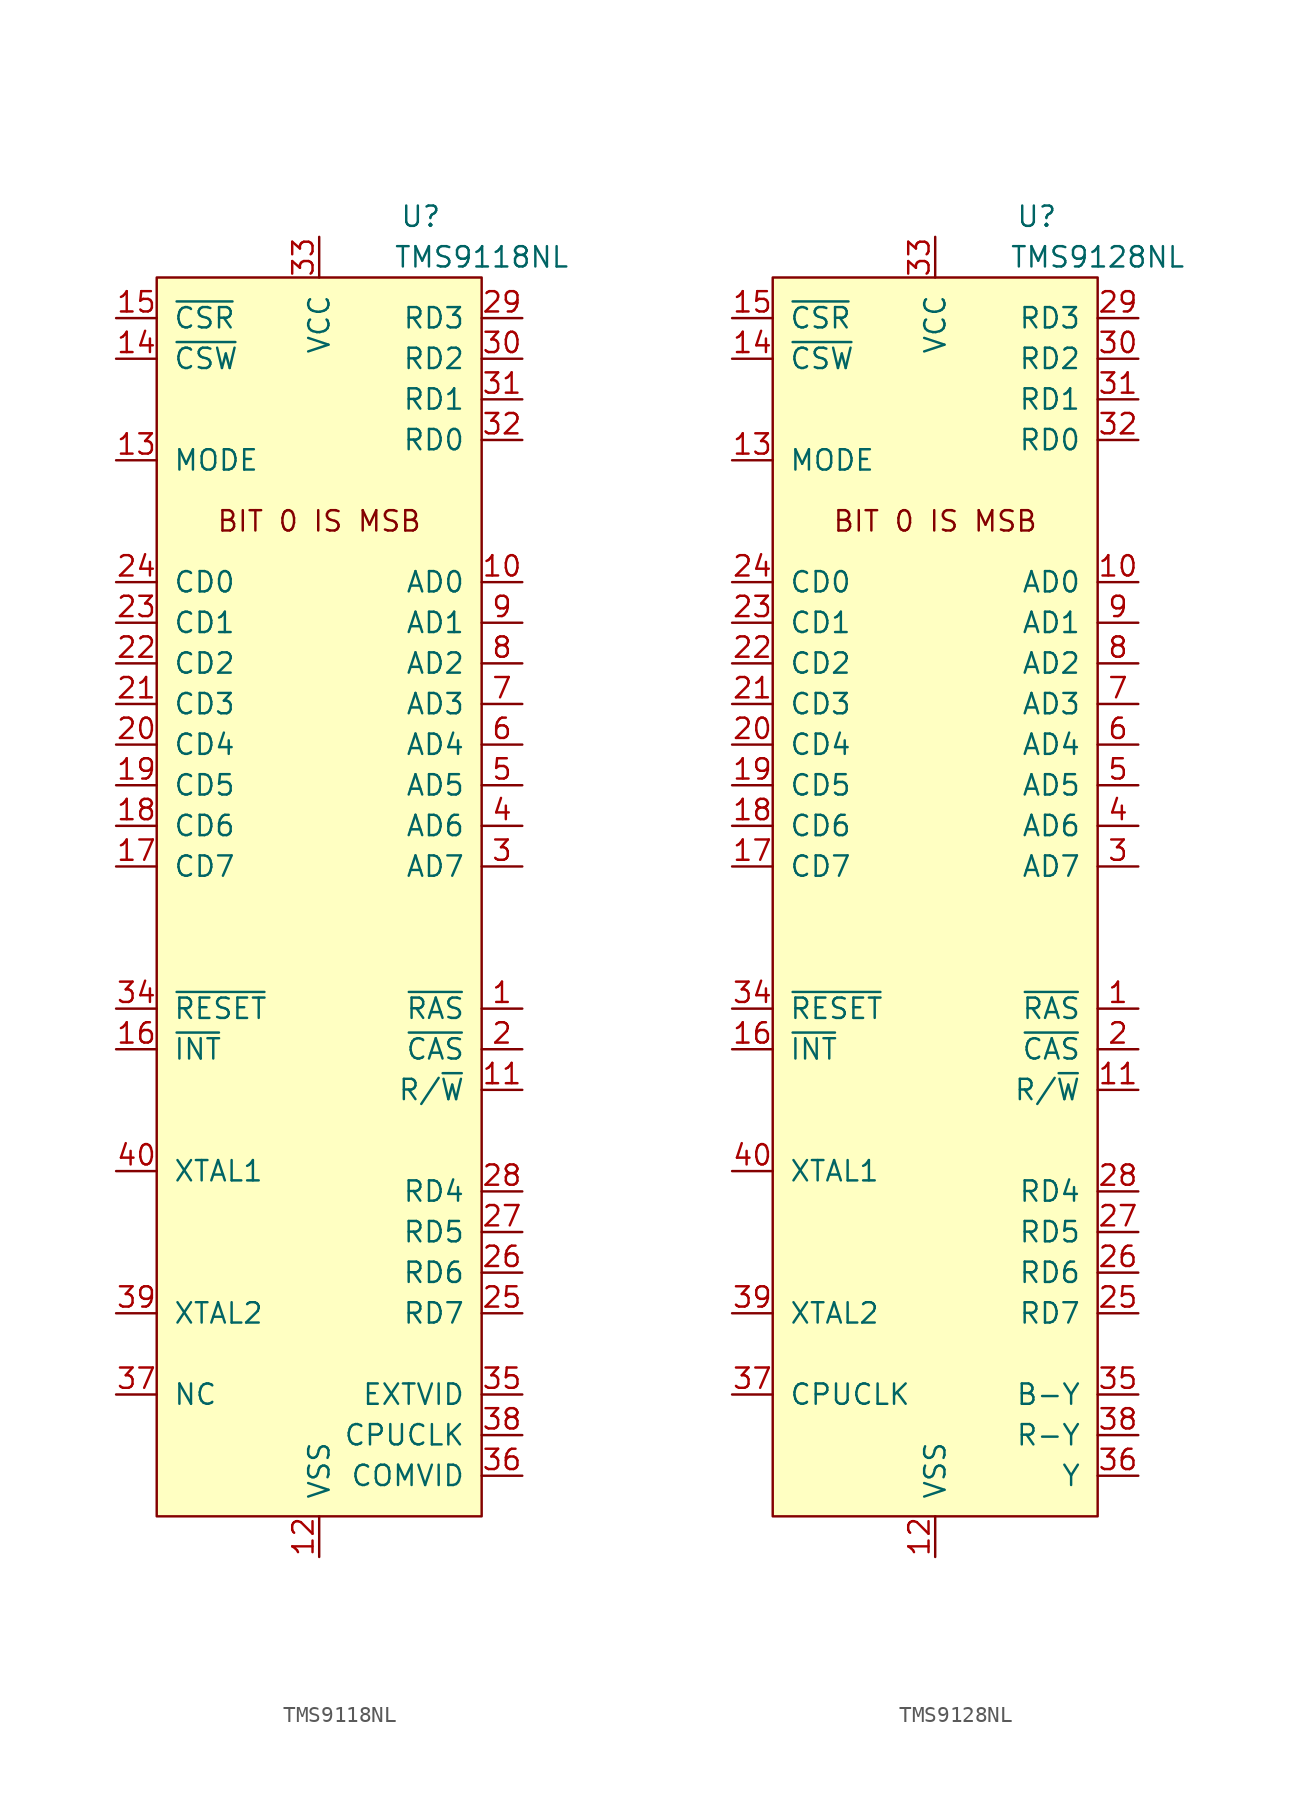
<source format=kicad_sym>
(kicad_symbol_lib
  (version 20211014)
  (generator kicad_symbol_editor)
  (symbol "TMS9118NL"
    (pin_names
      (offset 1.016))
    (property "Reference" "U"
      (at 6.35 11.43 0)
      (effects (font (size 1.27 1.27))))
    (property "Value" "TMS9118NL"
      (at 10.16 8.89 0)
      (effects (font (size 1.27 1.27))))
    (symbol "TMS9118NL_0_0"
      (text "BIT 0 IS MSB" (at 0 -7.62 0) (effects (font (size 1.27 1.27)))))
    (symbol "TMS9118NL_0_1"
      (rectangle (start -10.16 7.62) (end 10.16 -69.85) (stroke (width 0) (type default) (color 0 0 0 0)) (fill (type background))))
    (symbol "TMS9118NL_1_1"
      (pin output line (at 12.7 -38.1 180) (length 2.54) (name "~{RAS}" (effects (font (size 1.27 1.27)))) (number "1" (effects (font (size 1.27 1.27)))))
      (pin output line (at 12.7 -11.43 180) (length 2.54) (name "AD0" (effects (font (size 1.27 1.27)))) (number "10" (effects (font (size 1.27 1.27)))))
      (pin output line (at 12.7 -43.18 180) (length 2.54) (name "R/~{W}" (effects (font (size 1.27 1.27)))) (number "11" (effects (font (size 1.27 1.27)))))
      (pin power_in line (at 0 -72.39 90) (length 2.54) (name "VSS" (effects (font (size 1.27 1.27)))) (number "12" (effects (font (size 1.27 1.27)))))
      (pin input line (at -12.7 -3.81 0) (length 2.54) (name "MODE" (effects (font (size 1.27 1.27)))) (number "13" (effects (font (size 1.27 1.27)))))
      (pin input line (at -12.7 2.54 0) (length 2.54) (name "~{CSW}" (effects (font (size 1.27 1.27)))) (number "14" (effects (font (size 1.27 1.27)))))
      (pin input line (at -12.7 5.08 0) (length 2.54) (name "~{CSR}" (effects (font (size 1.27 1.27)))) (number "15" (effects (font (size 1.27 1.27)))))
      (pin output line (at -12.7 -40.64 0) (length 2.54) (name "~{INT}" (effects (font (size 1.27 1.27)))) (number "16" (effects (font (size 1.27 1.27)))))
      (pin bidirectional line (at -12.7 -29.21 0) (length 2.54) (name "CD7" (effects (font (size 1.27 1.27)))) (number "17" (effects (font (size 1.27 1.27)))))
      (pin bidirectional line (at -12.7 -26.67 0) (length 2.54) (name "CD6" (effects (font (size 1.27 1.27)))) (number "18" (effects (font (size 1.27 1.27)))))
      (pin bidirectional line (at -12.7 -24.13 0) (length 2.54) (name "CD5" (effects (font (size 1.27 1.27)))) (number "19" (effects (font (size 1.27 1.27)))))
      (pin output line (at 12.7 -40.64 180) (length 2.54) (name "~{CAS}" (effects (font (size 1.27 1.27)))) (number "2" (effects (font (size 1.27 1.27)))))
      (pin bidirectional line (at -12.7 -21.59 0) (length 2.54) (name "CD4" (effects (font (size 1.27 1.27)))) (number "20" (effects (font (size 1.27 1.27)))))
      (pin bidirectional line (at -12.7 -19.05 0) (length 2.54) (name "CD3" (effects (font (size 1.27 1.27)))) (number "21" (effects (font (size 1.27 1.27)))))
      (pin bidirectional line (at -12.7 -16.51 0) (length 2.54) (name "CD2" (effects (font (size 1.27 1.27)))) (number "22" (effects (font (size 1.27 1.27)))))
      (pin bidirectional line (at -12.7 -13.97 0) (length 2.54) (name "CD1" (effects (font (size 1.27 1.27)))) (number "23" (effects (font (size 1.27 1.27)))))
      (pin bidirectional line (at -12.7 -11.43 0) (length 2.54) (name "CD0" (effects (font (size 1.27 1.27)))) (number "24" (effects (font (size 1.27 1.27)))))
      (pin output line (at 12.7 -57.15 180) (length 2.54) (name "RD7" (effects (font (size 1.27 1.27)))) (number "25" (effects (font (size 1.27 1.27)))))
      (pin output line (at 12.7 -54.61 180) (length 2.54) (name "RD6" (effects (font (size 1.27 1.27)))) (number "26" (effects (font (size 1.27 1.27)))))
      (pin output line (at 12.7 -52.07 180) (length 2.54) (name "RD5" (effects (font (size 1.27 1.27)))) (number "27" (effects (font (size 1.27 1.27)))))
      (pin output line (at 12.7 -49.53 180) (length 2.54) (name "RD4" (effects (font (size 1.27 1.27)))) (number "28" (effects (font (size 1.27 1.27)))))
      (pin bidirectional line (at 12.7 5.08 180) (length 2.54) (name "RD3" (effects (font (size 1.27 1.27)))) (number "29" (effects (font (size 1.27 1.27)))))
      (pin output line (at 12.7 -29.21 180) (length 2.54) (name "AD7" (effects (font (size 1.27 1.27)))) (number "3" (effects (font (size 1.27 1.27)))))
      (pin bidirectional line (at 12.7 2.54 180) (length 2.54) (name "RD2" (effects (font (size 1.27 1.27)))) (number "30" (effects (font (size 1.27 1.27)))))
      (pin bidirectional line (at 12.7 0 180) (length 2.54) (name "RD1" (effects (font (size 1.27 1.27)))) (number "31" (effects (font (size 1.27 1.27)))))
      (pin bidirectional line (at 12.7 -2.54 180) (length 2.54) (name "RD0" (effects (font (size 1.27 1.27)))) (number "32" (effects (font (size 1.27 1.27)))))
      (pin power_in line (at 0 10.16 270) (length 2.54) (name "VCC" (effects (font (size 1.27 1.27)))) (number "33" (effects (font (size 1.27 1.27)))))
      (pin input line (at -12.7 -38.1 0) (length 2.54) (name "~{RESET}" (effects (font (size 1.27 1.27)))) (number "34" (effects (font (size 1.27 1.27)))))
      (pin output line (at 12.7 -62.23 180) (length 2.54) (name "EXTVID" (effects (font (size 1.27 1.27)))) (number "35" (effects (font (size 1.27 1.27)))))
      (pin output line (at 12.7 -67.31 180) (length 2.54) (name "COMVID" (effects (font (size 1.27 1.27)))) (number "36" (effects (font (size 1.27 1.27)))))
      (pin output line (at -12.7 -62.23 0) (length 2.54) (name "NC" (effects (font (size 1.27 1.27)))) (number "37" (effects (font (size 1.27 1.27)))))
      (pin output line (at 12.7 -64.77 180) (length 2.54) (name "CPUCLK" (effects (font (size 1.27 1.27)))) (number "38" (effects (font (size 1.27 1.27)))))
      (pin bidirectional line (at -12.7 -57.15 0) (length 2.54) (name "XTAL2" (effects (font (size 1.27 1.27)))) (number "39" (effects (font (size 1.27 1.27)))))
      (pin output line (at 12.7 -26.67 180) (length 2.54) (name "AD6" (effects (font (size 1.27 1.27)))) (number "4" (effects (font (size 1.27 1.27)))))
      (pin input line (at -12.7 -48.26 0) (length 2.54) (name "XTAL1" (effects (font (size 1.27 1.27)))) (number "40" (effects (font (size 1.27 1.27)))))
      (pin output line (at 12.7 -24.13 180) (length 2.54) (name "AD5" (effects (font (size 1.27 1.27)))) (number "5" (effects (font (size 1.27 1.27)))))
      (pin output line (at 12.7 -21.59 180) (length 2.54) (name "AD4" (effects (font (size 1.27 1.27)))) (number "6" (effects (font (size 1.27 1.27)))))
      (pin output line (at 12.7 -19.05 180) (length 2.54) (name "AD3" (effects (font (size 1.27 1.27)))) (number "7" (effects (font (size 1.27 1.27)))))
      (pin output line (at 12.7 -16.51 180) (length 2.54) (name "AD2" (effects (font (size 1.27 1.27)))) (number "8" (effects (font (size 1.27 1.27)))))
      (pin output line (at 12.7 -13.97 180) (length 2.54) (name "AD1" (effects (font (size 1.27 1.27)))) (number "9" (effects (font (size 1.27 1.27)))))))
  (symbol "TMS9128NL"
    (pin_names
      (offset 1.016))
    (property "Reference" "U"
      (at 6.35 11.43 0)
      (effects (font (size 1.27 1.27))))
    (property "Value" "TMS9128NL"
      (at 10.16 8.89 0)
      (effects (font (size 1.27 1.27))))
    (symbol "TMS9128NL_0_0"
      (text "BIT 0 IS MSB" (at 0 -7.62 0) (effects (font (size 1.27 1.27)))))
    (symbol "TMS9128NL_0_1"
      (rectangle (start -10.16 7.62) (end 10.16 -69.85) (stroke (width 0) (type default) (color 0 0 0 0)) (fill (type background))))
    (symbol "TMS9128NL_1_1"
      (pin output line (at 12.7 -38.1 180) (length 2.54) (name "~{RAS}" (effects (font (size 1.27 1.27)))) (number "1" (effects (font (size 1.27 1.27)))))
      (pin output line (at 12.7 -11.43 180) (length 2.54) (name "AD0" (effects (font (size 1.27 1.27)))) (number "10" (effects (font (size 1.27 1.27)))))
      (pin output line (at 12.7 -43.18 180) (length 2.54) (name "R/~{W}" (effects (font (size 1.27 1.27)))) (number "11" (effects (font (size 1.27 1.27)))))
      (pin power_in line (at 0 -72.39 90) (length 2.54) (name "VSS" (effects (font (size 1.27 1.27)))) (number "12" (effects (font (size 1.27 1.27)))))
      (pin input line (at -12.7 -3.81 0) (length 2.54) (name "MODE" (effects (font (size 1.27 1.27)))) (number "13" (effects (font (size 1.27 1.27)))))
      (pin input line (at -12.7 2.54 0) (length 2.54) (name "~{CSW}" (effects (font (size 1.27 1.27)))) (number "14" (effects (font (size 1.27 1.27)))))
      (pin input line (at -12.7 5.08 0) (length 2.54) (name "~{CSR}" (effects (font (size 1.27 1.27)))) (number "15" (effects (font (size 1.27 1.27)))))
      (pin output line (at -12.7 -40.64 0) (length 2.54) (name "~{INT}" (effects (font (size 1.27 1.27)))) (number "16" (effects (font (size 1.27 1.27)))))
      (pin bidirectional line (at -12.7 -29.21 0) (length 2.54) (name "CD7" (effects (font (size 1.27 1.27)))) (number "17" (effects (font (size 1.27 1.27)))))
      (pin bidirectional line (at -12.7 -26.67 0) (length 2.54) (name "CD6" (effects (font (size 1.27 1.27)))) (number "18" (effects (font (size 1.27 1.27)))))
      (pin bidirectional line (at -12.7 -24.13 0) (length 2.54) (name "CD5" (effects (font (size 1.27 1.27)))) (number "19" (effects (font (size 1.27 1.27)))))
      (pin output line (at 12.7 -40.64 180) (length 2.54) (name "~{CAS}" (effects (font (size 1.27 1.27)))) (number "2" (effects (font (size 1.27 1.27)))))
      (pin bidirectional line (at -12.7 -21.59 0) (length 2.54) (name "CD4" (effects (font (size 1.27 1.27)))) (number "20" (effects (font (size 1.27 1.27)))))
      (pin bidirectional line (at -12.7 -19.05 0) (length 2.54) (name "CD3" (effects (font (size 1.27 1.27)))) (number "21" (effects (font (size 1.27 1.27)))))
      (pin bidirectional line (at -12.7 -16.51 0) (length 2.54) (name "CD2" (effects (font (size 1.27 1.27)))) (number "22" (effects (font (size 1.27 1.27)))))
      (pin bidirectional line (at -12.7 -13.97 0) (length 2.54) (name "CD1" (effects (font (size 1.27 1.27)))) (number "23" (effects (font (size 1.27 1.27)))))
      (pin bidirectional line (at -12.7 -11.43 0) (length 2.54) (name "CD0" (effects (font (size 1.27 1.27)))) (number "24" (effects (font (size 1.27 1.27)))))
      (pin output line (at 12.7 -57.15 180) (length 2.54) (name "RD7" (effects (font (size 1.27 1.27)))) (number "25" (effects (font (size 1.27 1.27)))))
      (pin output line (at 12.7 -54.61 180) (length 2.54) (name "RD6" (effects (font (size 1.27 1.27)))) (number "26" (effects (font (size 1.27 1.27)))))
      (pin output line (at 12.7 -52.07 180) (length 2.54) (name "RD5" (effects (font (size 1.27 1.27)))) (number "27" (effects (font (size 1.27 1.27)))))
      (pin output line (at 12.7 -49.53 180) (length 2.54) (name "RD4" (effects (font (size 1.27 1.27)))) (number "28" (effects (font (size 1.27 1.27)))))
      (pin bidirectional line (at 12.7 5.08 180) (length 2.54) (name "RD3" (effects (font (size 1.27 1.27)))) (number "29" (effects (font (size 1.27 1.27)))))
      (pin output line (at 12.7 -29.21 180) (length 2.54) (name "AD7" (effects (font (size 1.27 1.27)))) (number "3" (effects (font (size 1.27 1.27)))))
      (pin bidirectional line (at 12.7 2.54 180) (length 2.54) (name "RD2" (effects (font (size 1.27 1.27)))) (number "30" (effects (font (size 1.27 1.27)))))
      (pin bidirectional line (at 12.7 0 180) (length 2.54) (name "RD1" (effects (font (size 1.27 1.27)))) (number "31" (effects (font (size 1.27 1.27)))))
      (pin bidirectional line (at 12.7 -2.54 180) (length 2.54) (name "RD0" (effects (font (size 1.27 1.27)))) (number "32" (effects (font (size 1.27 1.27)))))
      (pin power_in line (at 0 10.16 270) (length 2.54) (name "VCC" (effects (font (size 1.27 1.27)))) (number "33" (effects (font (size 1.27 1.27)))))
      (pin input line (at -12.7 -38.1 0) (length 2.54) (name "~{RESET}" (effects (font (size 1.27 1.27)))) (number "34" (effects (font (size 1.27 1.27)))))
      (pin output line (at 12.7 -62.23 180) (length 2.54) (name "B-Y" (effects (font (size 1.27 1.27)))) (number "35" (effects (font (size 1.27 1.27)))))
      (pin output line (at 12.7 -67.31 180) (length 2.54) (name "Y" (effects (font (size 1.27 1.27)))) (number "36" (effects (font (size 1.27 1.27)))))
      (pin output line (at -12.7 -62.23 0) (length 2.54) (name "CPUCLK" (effects (font (size 1.27 1.27)))) (number "37" (effects (font (size 1.27 1.27)))))
      (pin output line (at 12.7 -64.77 180) (length 2.54) (name "R-Y" (effects (font (size 1.27 1.27)))) (number "38" (effects (font (size 1.27 1.27)))))
      (pin bidirectional line (at -12.7 -57.15 0) (length 2.54) (name "XTAL2" (effects (font (size 1.27 1.27)))) (number "39" (effects (font (size 1.27 1.27)))))
      (pin output line (at 12.7 -26.67 180) (length 2.54) (name "AD6" (effects (font (size 1.27 1.27)))) (number "4" (effects (font (size 1.27 1.27)))))
      (pin input line (at -12.7 -48.26 0) (length 2.54) (name "XTAL1" (effects (font (size 1.27 1.27)))) (number "40" (effects (font (size 1.27 1.27)))))
      (pin output line (at 12.7 -24.13 180) (length 2.54) (name "AD5" (effects (font (size 1.27 1.27)))) (number "5" (effects (font (size 1.27 1.27)))))
      (pin output line (at 12.7 -21.59 180) (length 2.54) (name "AD4" (effects (font (size 1.27 1.27)))) (number "6" (effects (font (size 1.27 1.27)))))
      (pin output line (at 12.7 -19.05 180) (length 2.54) (name "AD3" (effects (font (size 1.27 1.27)))) (number "7" (effects (font (size 1.27 1.27)))))
      (pin output line (at 12.7 -16.51 180) (length 2.54) (name "AD2" (effects (font (size 1.27 1.27)))) (number "8" (effects (font (size 1.27 1.27)))))
      (pin output line (at 12.7 -13.97 180) (length 2.54) (name "AD1" (effects (font (size 1.27 1.27)))) (number "9" (effects (font (size 1.27 1.27))))))))
</source>
